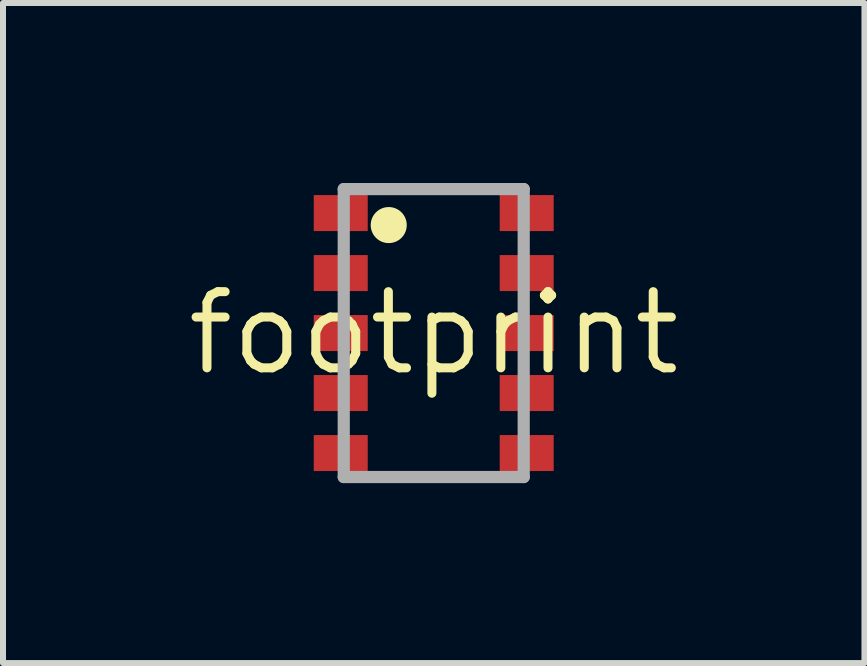
<source format=kicad_pcb>
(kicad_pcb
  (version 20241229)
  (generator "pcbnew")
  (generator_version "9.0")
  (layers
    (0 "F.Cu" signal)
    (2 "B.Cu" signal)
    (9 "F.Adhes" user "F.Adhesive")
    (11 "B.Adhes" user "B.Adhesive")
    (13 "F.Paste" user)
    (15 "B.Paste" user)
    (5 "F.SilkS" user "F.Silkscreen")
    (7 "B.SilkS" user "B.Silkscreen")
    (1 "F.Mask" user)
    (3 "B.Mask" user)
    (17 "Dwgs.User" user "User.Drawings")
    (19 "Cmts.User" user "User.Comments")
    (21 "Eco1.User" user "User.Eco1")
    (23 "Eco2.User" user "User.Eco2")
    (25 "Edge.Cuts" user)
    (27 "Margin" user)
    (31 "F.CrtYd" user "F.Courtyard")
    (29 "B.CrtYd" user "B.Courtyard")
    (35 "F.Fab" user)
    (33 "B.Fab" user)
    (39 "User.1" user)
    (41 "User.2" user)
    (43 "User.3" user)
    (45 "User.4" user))
  (footprint "footprint"
    (layer "F.Cu")
    (at 4.18 2.502)
    (property "Reference" "footprint" (at 0 0 0) (layer "F.SilkS") (effects (font (size 1.27 1.27) (thickness 0.15))))
    (fp_circle (center -0.75 -1.8) (end -0.6 -1.8) (stroke (width 0.301) (type solid)) (fill yes) (layer "F.SilkS"))
    (fp_line (start -1.5 -2.4) (end -1.5 2.4) (stroke (width 0.203) (type solid)) (layer "F.Fab"))
    (fp_line (start -1.5 2.4) (end 1.5 2.4) (stroke (width 0.203) (type solid)) (layer "F.Fab"))
    (fp_line (start 1.5 -2.4) (end -1.5 -2.4) (stroke (width 0.203) (type solid)) (layer "F.Fab"))
    (fp_line (start 1.5 2.4) (end 1.5 -2.4) (stroke (width 0.203) (type solid)) (layer "F.Fab"))
    (pad "1" smd rect (at -1.55 -2) (size 0.9 0.6) (layers "F.Cu" "F.Mask" "F.Paste"))
    (pad "2" smd rect (at -1.55 -1) (size 0.9 0.6) (layers "F.Cu" "F.Mask" "F.Paste"))
    (pad "3" smd rect (at -1.55 0) (size 0.9 0.6) (layers "F.Cu" "F.Mask" "F.Paste"))
    (pad "4" smd rect (at -1.55 1) (size 0.9 0.6) (layers "F.Cu" "F.Mask" "F.Paste"))
    (pad "5" smd rect (at -1.55 2) (size 0.9 0.6) (layers "F.Cu" "F.Mask" "F.Paste"))
    (pad "6" smd rect (at 1.55 2 180) (size 0.9 0.6) (layers "F.Cu" "F.Mask" "F.Paste"))
    (pad "7" smd rect (at 1.55 1 180) (size 0.9 0.6) (layers "F.Cu" "F.Mask" "F.Paste"))
    (pad "8" smd rect (at 1.55 0 180) (size 0.9 0.6) (layers "F.Cu" "F.Mask" "F.Paste"))
    (pad "9" smd rect (at 1.55 -1 180) (size 0.9 0.6) (layers "F.Cu" "F.Mask" "F.Paste"))
    (pad "10" smd rect (at 1.55 -2 180) (size 0.9 0.6) (layers "F.Cu" "F.Mask" "F.Paste")))
  (gr_rect
    (start -3 -3)
    (end 11.36 8.003)
    (stroke (width 0.1) (type default))
    (fill no)
    (layer "Edge.Cuts")))
</source>
